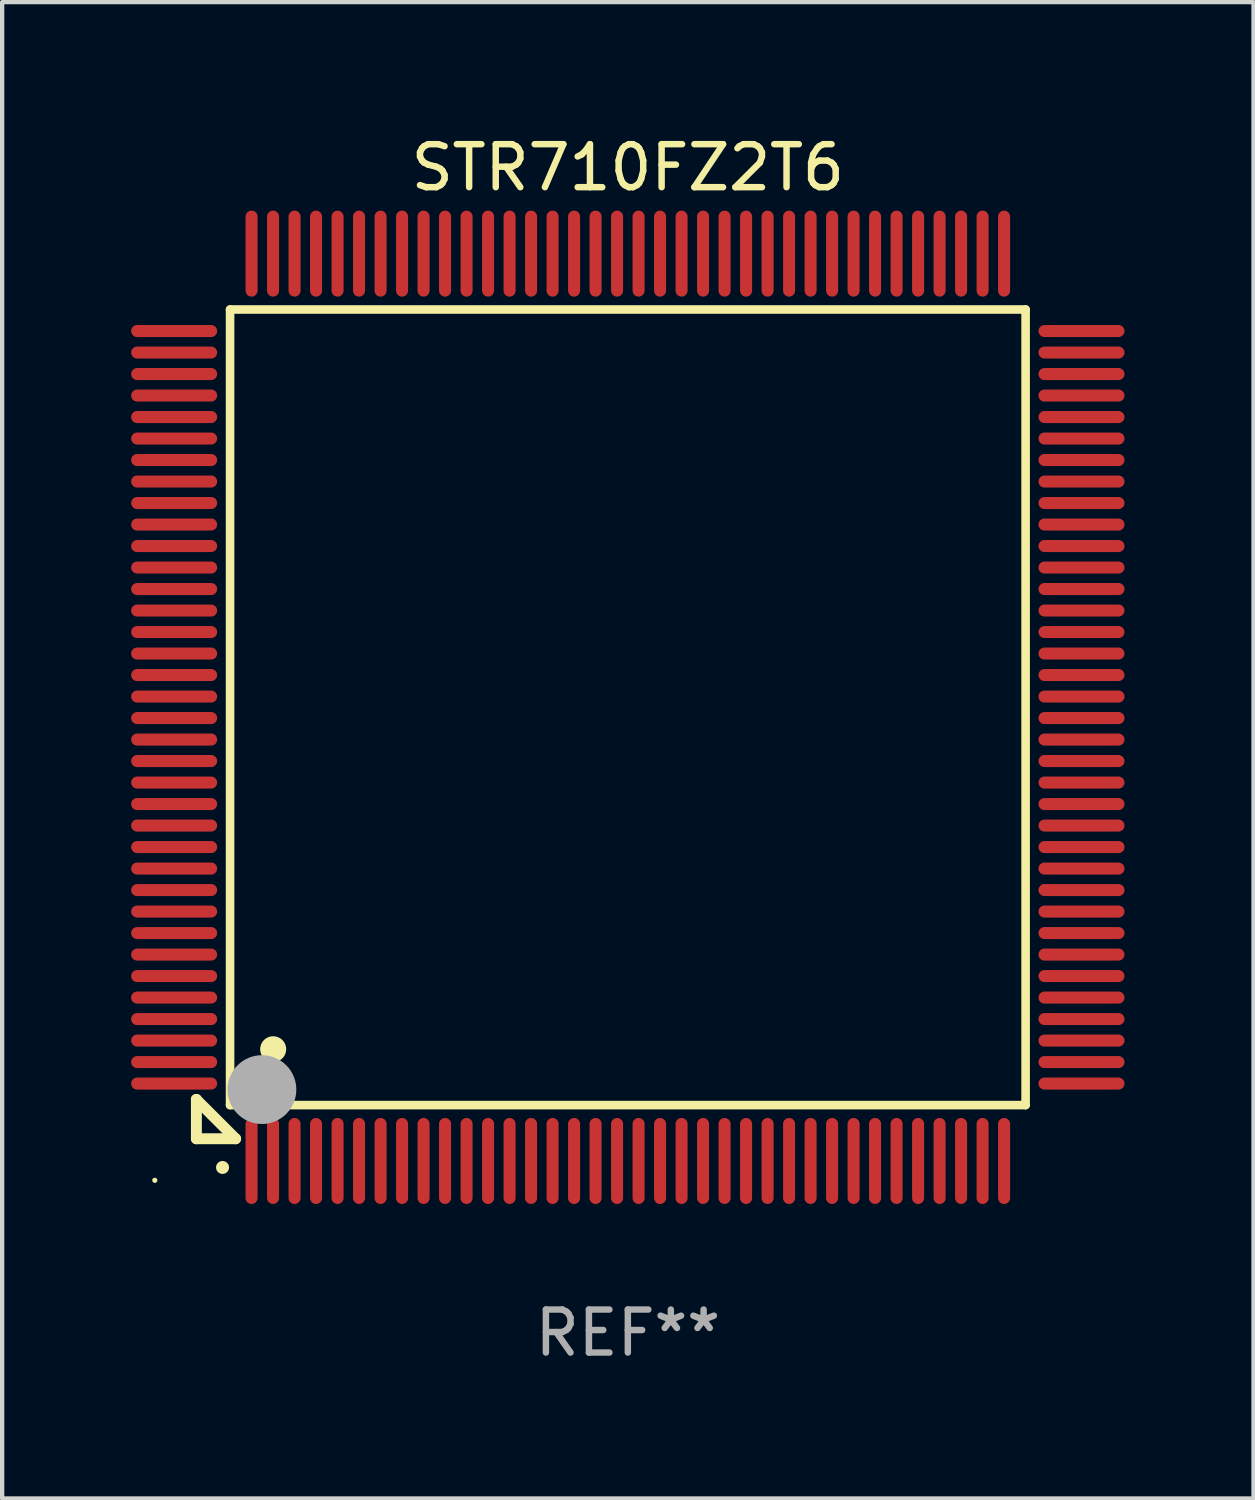
<source format=kicad_pcb>
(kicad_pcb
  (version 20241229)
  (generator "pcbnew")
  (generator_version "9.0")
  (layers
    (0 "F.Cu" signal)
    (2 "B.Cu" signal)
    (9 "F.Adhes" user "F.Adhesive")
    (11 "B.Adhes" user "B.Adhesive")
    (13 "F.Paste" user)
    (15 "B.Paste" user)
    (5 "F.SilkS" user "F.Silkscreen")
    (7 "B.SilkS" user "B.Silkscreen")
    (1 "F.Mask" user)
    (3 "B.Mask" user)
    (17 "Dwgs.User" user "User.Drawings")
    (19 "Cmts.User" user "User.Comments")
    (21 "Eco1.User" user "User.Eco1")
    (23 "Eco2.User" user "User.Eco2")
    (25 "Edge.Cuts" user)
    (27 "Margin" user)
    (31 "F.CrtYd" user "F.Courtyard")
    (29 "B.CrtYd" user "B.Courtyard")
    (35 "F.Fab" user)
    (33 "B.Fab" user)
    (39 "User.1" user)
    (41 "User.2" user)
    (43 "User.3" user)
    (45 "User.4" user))
  (footprint "STR710FZ2T6"
    (layer "F.Cu")
    (at 11.55 13.398)
    (property "Reference" "STR710FZ2T6" (at 0 -12.55 0) (layer "F.SilkS") (effects (font (size 1 1) (thickness 0.15))))
    (attr through_hole)
    (fp_line (start -10.033 9.121) (end -10.033 9.121) (stroke (width 0.254) (type solid)) (layer "F.SilkS"))
    (fp_line (start -10.033 9.121) (end -10.033 10.033) (stroke (width 0.254) (type solid)) (layer "F.SilkS"))
    (fp_line (start -10.033 9.121) (end -9.121 10.033) (stroke (width 0.254) (type solid)) (layer "F.SilkS"))
    (fp_line (start -10.033 10.033) (end -9.121 10.033) (stroke (width 0.254) (type solid)) (layer "F.SilkS"))
    (fp_line (start -9.25 -9.25) (end 9.25 -9.25) (stroke (width 0.2) (type solid)) (layer "F.SilkS"))
    (fp_line (start -9.25 9.25) (end -9.25 -9.25) (stroke (width 0.2) (type solid)) (layer "F.SilkS"))
    (fp_line (start 9.25 -9.25) (end 9.25 9.25) (stroke (width 0.2) (type solid)) (layer "F.SilkS"))
    (fp_line (start 9.25 9.25) (end -9.25 9.25) (stroke (width 0.2) (type solid)) (layer "F.SilkS"))
    (fp_arc (start -9.425959 10.701041) (mid -9.424689 10.701036) (end -9.423419 10.701041) (stroke (width 0.3) (type solid)) (layer "F.SilkS"))
    (fp_arc (start -8.249936 7.950216) (mid -8.247396 7.950205) (end -8.244856 7.950216) (stroke (width 0.6) (type solid)) (layer "F.SilkS"))
    (fp_circle (center -11 11) (end -10.97 11) (stroke (width 0.06) (type solid)) (fill no) (layer "F.SilkS"))
    (fp_circle (center -8.509 8.89) (end -8.109 8.89) (stroke (width 0.8) (type solid)) (fill no) (layer "F.Fab"))
    (fp_text user "REF**" (at 0 14.55 0) (layer "F.Fab") (effects (font (size 1 1) (thickness 0.15))))
    (pad "1" smd oval (at -8.75 10.55 180) (size 0.28 2) (layers "F.Cu" "F.Mask" "F.Paste"))
    (pad "2" smd oval (at -8.25 10.55 180) (size 0.28 2) (layers "F.Cu" "F.Mask" "F.Paste"))
    (pad "3" smd oval (at -7.75 10.55 180) (size 0.28 2) (layers "F.Cu" "F.Mask" "F.Paste"))
    (pad "4" smd oval (at -7.25 10.55 180) (size 0.28 2) (layers "F.Cu" "F.Mask" "F.Paste"))
    (pad "5" smd oval (at -6.75 10.55 180) (size 0.28 2) (layers "F.Cu" "F.Mask" "F.Paste"))
    (pad "6" smd oval (at -6.25 10.55 180) (size 0.28 2) (layers "F.Cu" "F.Mask" "F.Paste"))
    (pad "7" smd oval (at -5.75 10.55 180) (size 0.28 2) (layers "F.Cu" "F.Mask" "F.Paste"))
    (pad "8" smd oval (at -5.25 10.55 180) (size 0.28 2) (layers "F.Cu" "F.Mask" "F.Paste"))
    (pad "9" smd oval (at -4.75 10.55 180) (size 0.28 2) (layers "F.Cu" "F.Mask" "F.Paste"))
    (pad "10" smd oval (at -4.25 10.55 180) (size 0.28 2) (layers "F.Cu" "F.Mask" "F.Paste"))
    (pad "11" smd oval (at -3.75 10.55 180) (size 0.28 2) (layers "F.Cu" "F.Mask" "F.Paste"))
    (pad "12" smd oval (at -3.25 10.55 180) (size 0.28 2) (layers "F.Cu" "F.Mask" "F.Paste"))
    (pad "13" smd oval (at -2.75 10.55 180) (size 0.28 2) (layers "F.Cu" "F.Mask" "F.Paste"))
    (pad "14" smd oval (at -2.25 10.55 180) (size 0.28 2) (layers "F.Cu" "F.Mask" "F.Paste"))
    (pad "15" smd oval (at -1.75 10.55 180) (size 0.28 2) (layers "F.Cu" "F.Mask" "F.Paste"))
    (pad "16" smd oval (at -1.25 10.55 180) (size 0.28 2) (layers "F.Cu" "F.Mask" "F.Paste"))
    (pad "17" smd oval (at -0.75 10.55 180) (size 0.28 2) (layers "F.Cu" "F.Mask" "F.Paste"))
    (pad "18" smd oval (at -0.25 10.55 180) (size 0.28 2) (layers "F.Cu" "F.Mask" "F.Paste"))
    (pad "19" smd oval (at 0.25 10.55 180) (size 0.28 2) (layers "F.Cu" "F.Mask" "F.Paste"))
    (pad "20" smd oval (at 0.75 10.55 180) (size 0.28 2) (layers "F.Cu" "F.Mask" "F.Paste"))
    (pad "21" smd oval (at 1.25 10.55 180) (size 0.28 2) (layers "F.Cu" "F.Mask" "F.Paste"))
    (pad "22" smd oval (at 1.75 10.55 180) (size 0.28 2) (layers "F.Cu" "F.Mask" "F.Paste"))
    (pad "23" smd oval (at 2.25 10.55 180) (size 0.28 2) (layers "F.Cu" "F.Mask" "F.Paste"))
    (pad "24" smd oval (at 2.75 10.55 180) (size 0.28 2) (layers "F.Cu" "F.Mask" "F.Paste"))
    (pad "25" smd oval (at 3.25 10.55 180) (size 0.28 2) (layers "F.Cu" "F.Mask" "F.Paste"))
    (pad "26" smd oval (at 3.75 10.55 180) (size 0.28 2) (layers "F.Cu" "F.Mask" "F.Paste"))
    (pad "27" smd oval (at 4.25 10.55 180) (size 0.28 2) (layers "F.Cu" "F.Mask" "F.Paste"))
    (pad "28" smd oval (at 4.75 10.55 180) (size 0.28 2) (layers "F.Cu" "F.Mask" "F.Paste"))
    (pad "29" smd oval (at 5.25 10.55 180) (size 0.28 2) (layers "F.Cu" "F.Mask" "F.Paste"))
    (pad "30" smd oval (at 5.75 10.55 180) (size 0.28 2) (layers "F.Cu" "F.Mask" "F.Paste"))
    (pad "31" smd oval (at 6.25 10.55 180) (size 0.28 2) (layers "F.Cu" "F.Mask" "F.Paste"))
    (pad "32" smd oval (at 6.75 10.55 180) (size 0.28 2) (layers "F.Cu" "F.Mask" "F.Paste"))
    (pad "33" smd oval (at 7.25 10.55 180) (size 0.28 2) (layers "F.Cu" "F.Mask" "F.Paste"))
    (pad "34" smd oval (at 7.75 10.55 180) (size 0.28 2) (layers "F.Cu" "F.Mask" "F.Paste"))
    (pad "35" smd oval (at 8.25 10.55 180) (size 0.28 2) (layers "F.Cu" "F.Mask" "F.Paste"))
    (pad "36" smd oval (at 8.75 10.55 180) (size 0.28 2) (layers "F.Cu" "F.Mask" "F.Paste"))
    (pad "37" smd oval (at 10.55 8.75 90) (size 0.28 2) (layers "F.Cu" "F.Mask" "F.Paste"))
    (pad "38" smd oval (at 10.55 8.25 90) (size 0.28 2) (layers "F.Cu" "F.Mask" "F.Paste"))
    (pad "39" smd oval (at 10.55 7.75 90) (size 0.28 2) (layers "F.Cu" "F.Mask" "F.Paste"))
    (pad "40" smd oval (at 10.55 7.25 90) (size 0.28 2) (layers "F.Cu" "F.Mask" "F.Paste"))
    (pad "41" smd oval (at 10.55 6.75 90) (size 0.28 2) (layers "F.Cu" "F.Mask" "F.Paste"))
    (pad "42" smd oval (at 10.55 6.25 90) (size 0.28 2) (layers "F.Cu" "F.Mask" "F.Paste"))
    (pad "43" smd oval (at 10.55 5.75 90) (size 0.28 2) (layers "F.Cu" "F.Mask" "F.Paste"))
    (pad "44" smd oval (at 10.55 5.25 90) (size 0.28 2) (layers "F.Cu" "F.Mask" "F.Paste"))
    (pad "45" smd oval (at 10.55 4.75 90) (size 0.28 2) (layers "F.Cu" "F.Mask" "F.Paste"))
    (pad "46" smd oval (at 10.55 4.25 90) (size 0.28 2) (layers "F.Cu" "F.Mask" "F.Paste"))
    (pad "47" smd oval (at 10.55 3.75 90) (size 0.28 2) (layers "F.Cu" "F.Mask" "F.Paste"))
    (pad "48" smd oval (at 10.55 3.25 90) (size 0.28 2) (layers "F.Cu" "F.Mask" "F.Paste"))
    (pad "49" smd oval (at 10.55 2.75 90) (size 0.28 2) (layers "F.Cu" "F.Mask" "F.Paste"))
    (pad "50" smd oval (at 10.55 2.25 90) (size 0.28 2) (layers "F.Cu" "F.Mask" "F.Paste"))
    (pad "51" smd oval (at 10.55 1.75 90) (size 0.28 2) (layers "F.Cu" "F.Mask" "F.Paste"))
    (pad "52" smd oval (at 10.55 1.25 90) (size 0.28 2) (layers "F.Cu" "F.Mask" "F.Paste"))
    (pad "53" smd oval (at 10.55 0.75 90) (size 0.28 2) (layers "F.Cu" "F.Mask" "F.Paste"))
    (pad "54" smd oval (at 10.55 0.25 90) (size 0.28 2) (layers "F.Cu" "F.Mask" "F.Paste"))
    (pad "55" smd oval (at 10.55 -0.25 90) (size 0.28 2) (layers "F.Cu" "F.Mask" "F.Paste"))
    (pad "56" smd oval (at 10.55 -0.75 90) (size 0.28 2) (layers "F.Cu" "F.Mask" "F.Paste"))
    (pad "57" smd oval (at 10.55 -1.25 90) (size 0.28 2) (layers "F.Cu" "F.Mask" "F.Paste"))
    (pad "58" smd oval (at 10.55 -1.75 90) (size 0.28 2) (layers "F.Cu" "F.Mask" "F.Paste"))
    (pad "59" smd oval (at 10.55 -2.25 90) (size 0.28 2) (layers "F.Cu" "F.Mask" "F.Paste"))
    (pad "60" smd oval (at 10.55 -2.75 90) (size 0.28 2) (layers "F.Cu" "F.Mask" "F.Paste"))
    (pad "61" smd oval (at 10.55 -3.25 90) (size 0.28 2) (layers "F.Cu" "F.Mask" "F.Paste"))
    (pad "62" smd oval (at 10.55 -3.75 90) (size 0.28 2) (layers "F.Cu" "F.Mask" "F.Paste"))
    (pad "63" smd oval (at 10.55 -4.25 90) (size 0.28 2) (layers "F.Cu" "F.Mask" "F.Paste"))
    (pad "64" smd oval (at 10.55 -4.75 90) (size 0.28 2) (layers "F.Cu" "F.Mask" "F.Paste"))
    (pad "65" smd oval (at 10.55 -5.25 90) (size 0.28 2) (layers "F.Cu" "F.Mask" "F.Paste"))
    (pad "66" smd oval (at 10.55 -5.75 90) (size 0.28 2) (layers "F.Cu" "F.Mask" "F.Paste"))
    (pad "67" smd oval (at 10.55 -6.25 90) (size 0.28 2) (layers "F.Cu" "F.Mask" "F.Paste"))
    (pad "68" smd oval (at 10.55 -6.75 90) (size 0.28 2) (layers "F.Cu" "F.Mask" "F.Paste"))
    (pad "69" smd oval (at 10.55 -7.25 90) (size 0.28 2) (layers "F.Cu" "F.Mask" "F.Paste"))
    (pad "70" smd oval (at 10.55 -7.75 90) (size 0.28 2) (layers "F.Cu" "F.Mask" "F.Paste"))
    (pad "71" smd oval (at 10.55 -8.25 90) (size 0.28 2) (layers "F.Cu" "F.Mask" "F.Paste"))
    (pad "72" smd oval (at 10.55 -8.75 90) (size 0.28 2) (layers "F.Cu" "F.Mask" "F.Paste"))
    (pad "73" smd oval (at 8.75 -10.55 180) (size 0.28 2) (layers "F.Cu" "F.Mask" "F.Paste"))
    (pad "74" smd oval (at 8.25 -10.55 180) (size 0.28 2) (layers "F.Cu" "F.Mask" "F.Paste"))
    (pad "75" smd oval (at 7.75 -10.55 180) (size 0.28 2) (layers "F.Cu" "F.Mask" "F.Paste"))
    (pad "76" smd oval (at 7.25 -10.55 180) (size 0.28 2) (layers "F.Cu" "F.Mask" "F.Paste"))
    (pad "77" smd oval (at 6.75 -10.55 180) (size 0.28 2) (layers "F.Cu" "F.Mask" "F.Paste"))
    (pad "78" smd oval (at 6.25 -10.55 180) (size 0.28 2) (layers "F.Cu" "F.Mask" "F.Paste"))
    (pad "79" smd oval (at 5.75 -10.55 180) (size 0.28 2) (layers "F.Cu" "F.Mask" "F.Paste"))
    (pad "80" smd oval (at 5.25 -10.55 180) (size 0.28 2) (layers "F.Cu" "F.Mask" "F.Paste"))
    (pad "81" smd oval (at 4.75 -10.55 180) (size 0.28 2) (layers "F.Cu" "F.Mask" "F.Paste"))
    (pad "82" smd oval (at 4.25 -10.55 180) (size 0.28 2) (layers "F.Cu" "F.Mask" "F.Paste"))
    (pad "83" smd oval (at 3.75 -10.55 180) (size 0.28 2) (layers "F.Cu" "F.Mask" "F.Paste"))
    (pad "84" smd oval (at 3.25 -10.55 180) (size 0.28 2) (layers "F.Cu" "F.Mask" "F.Paste"))
    (pad "85" smd oval (at 2.75 -10.55 180) (size 0.28 2) (layers "F.Cu" "F.Mask" "F.Paste"))
    (pad "86" smd oval (at 2.25 -10.55 180) (size 0.28 2) (layers "F.Cu" "F.Mask" "F.Paste"))
    (pad "87" smd oval (at 1.75 -10.55 180) (size 0.28 2) (layers "F.Cu" "F.Mask" "F.Paste"))
    (pad "88" smd oval (at 1.25 -10.55 180) (size 0.28 2) (layers "F.Cu" "F.Mask" "F.Paste"))
    (pad "89" smd oval (at 0.75 -10.55 180) (size 0.28 2) (layers "F.Cu" "F.Mask" "F.Paste"))
    (pad "90" smd oval (at 0.25 -10.55 180) (size 0.28 2) (layers "F.Cu" "F.Mask" "F.Paste"))
    (pad "91" smd oval (at -0.25 -10.55 180) (size 0.28 2) (layers "F.Cu" "F.Mask" "F.Paste"))
    (pad "92" smd oval (at -0.75 -10.55 180) (size 0.28 2) (layers "F.Cu" "F.Mask" "F.Paste"))
    (pad "93" smd oval (at -1.25 -10.55 180) (size 0.28 2) (layers "F.Cu" "F.Mask" "F.Paste"))
    (pad "94" smd oval (at -1.75 -10.55 180) (size 0.28 2) (layers "F.Cu" "F.Mask" "F.Paste"))
    (pad "95" smd oval (at -2.25 -10.55 180) (size 0.28 2) (layers "F.Cu" "F.Mask" "F.Paste"))
    (pad "96" smd oval (at -2.75 -10.55 180) (size 0.28 2) (layers "F.Cu" "F.Mask" "F.Paste"))
    (pad "97" smd oval (at -3.25 -10.55 180) (size 0.28 2) (layers "F.Cu" "F.Mask" "F.Paste"))
    (pad "98" smd oval (at -3.75 -10.55 180) (size 0.28 2) (layers "F.Cu" "F.Mask" "F.Paste"))
    (pad "99" smd oval (at -4.25 -10.55 180) (size 0.28 2) (layers "F.Cu" "F.Mask" "F.Paste"))
    (pad "100" smd oval (at -4.75 -10.55 180) (size 0.28 2) (layers "F.Cu" "F.Mask" "F.Paste"))
    (pad "101" smd oval (at -5.25 -10.55 180) (size 0.28 2) (layers "F.Cu" "F.Mask" "F.Paste"))
    (pad "102" smd oval (at -5.75 -10.55 180) (size 0.28 2) (layers "F.Cu" "F.Mask" "F.Paste"))
    (pad "103" smd oval (at -6.25 -10.55 180) (size 0.28 2) (layers "F.Cu" "F.Mask" "F.Paste"))
    (pad "104" smd oval (at -6.75 -10.55 180) (size 0.28 2) (layers "F.Cu" "F.Mask" "F.Paste"))
    (pad "105" smd oval (at -7.25 -10.55 180) (size 0.28 2) (layers "F.Cu" "F.Mask" "F.Paste"))
    (pad "106" smd oval (at -7.75 -10.55 180) (size 0.28 2) (layers "F.Cu" "F.Mask" "F.Paste"))
    (pad "107" smd oval (at -8.25 -10.55 180) (size 0.28 2) (layers "F.Cu" "F.Mask" "F.Paste"))
    (pad "108" smd oval (at -8.75 -10.55 180) (size 0.28 2) (layers "F.Cu" "F.Mask" "F.Paste"))
    (pad "109" smd oval (at -10.55 -8.75 90) (size 0.28 2) (layers "F.Cu" "F.Mask" "F.Paste"))
    (pad "110" smd oval (at -10.55 -8.25 90) (size 0.28 2) (layers "F.Cu" "F.Mask" "F.Paste"))
    (pad "111" smd oval (at -10.55 -7.75 90) (size 0.28 2) (layers "F.Cu" "F.Mask" "F.Paste"))
    (pad "112" smd oval (at -10.55 -7.25 90) (size 0.28 2) (layers "F.Cu" "F.Mask" "F.Paste"))
    (pad "113" smd oval (at -10.55 -6.75 90) (size 0.28 2) (layers "F.Cu" "F.Mask" "F.Paste"))
    (pad "114" smd oval (at -10.55 -6.25 90) (size 0.28 2) (layers "F.Cu" "F.Mask" "F.Paste"))
    (pad "115" smd oval (at -10.55 -5.75 90) (size 0.28 2) (layers "F.Cu" "F.Mask" "F.Paste"))
    (pad "116" smd oval (at -10.55 -5.25 90) (size 0.28 2) (layers "F.Cu" "F.Mask" "F.Paste"))
    (pad "117" smd oval (at -10.55 -4.75 90) (size 0.28 2) (layers "F.Cu" "F.Mask" "F.Paste"))
    (pad "118" smd oval (at -10.55 -4.25 90) (size 0.28 2) (layers "F.Cu" "F.Mask" "F.Paste"))
    (pad "119" smd oval (at -10.55 -3.75 90) (size 0.28 2) (layers "F.Cu" "F.Mask" "F.Paste"))
    (pad "120" smd oval (at -10.55 -3.25 90) (size 0.28 2) (layers "F.Cu" "F.Mask" "F.Paste"))
    (pad "121" smd oval (at -10.55 -2.75 90) (size 0.28 2) (layers "F.Cu" "F.Mask" "F.Paste"))
    (pad "122" smd oval (at -10.55 -2.25 90) (size 0.28 2) (layers "F.Cu" "F.Mask" "F.Paste"))
    (pad "123" smd oval (at -10.55 -1.75 90) (size 0.28 2) (layers "F.Cu" "F.Mask" "F.Paste"))
    (pad "124" smd oval (at -10.55 -1.25 90) (size 0.28 2) (layers "F.Cu" "F.Mask" "F.Paste"))
    (pad "125" smd oval (at -10.55 -0.75 90) (size 0.28 2) (layers "F.Cu" "F.Mask" "F.Paste"))
    (pad "126" smd oval (at -10.55 -0.25 90) (size 0.28 2) (layers "F.Cu" "F.Mask" "F.Paste"))
    (pad "127" smd oval (at -10.55 0.25 90) (size 0.28 2) (layers "F.Cu" "F.Mask" "F.Paste"))
    (pad "128" smd oval (at -10.55 0.75 90) (size 0.28 2) (layers "F.Cu" "F.Mask" "F.Paste"))
    (pad "129" smd oval (at -10.55 1.25 90) (size 0.28 2) (layers "F.Cu" "F.Mask" "F.Paste"))
    (pad "130" smd oval (at -10.55 1.75 90) (size 0.28 2) (layers "F.Cu" "F.Mask" "F.Paste"))
    (pad "131" smd oval (at -10.55 2.25 90) (size 0.28 2) (layers "F.Cu" "F.Mask" "F.Paste"))
    (pad "132" smd oval (at -10.55 2.75 90) (size 0.28 2) (layers "F.Cu" "F.Mask" "F.Paste"))
    (pad "133" smd oval (at -10.55 3.25 90) (size 0.28 2) (layers "F.Cu" "F.Mask" "F.Paste"))
    (pad "134" smd oval (at -10.55 3.75 90) (size 0.28 2) (layers "F.Cu" "F.Mask" "F.Paste"))
    (pad "135" smd oval (at -10.55 4.25 90) (size 0.28 2) (layers "F.Cu" "F.Mask" "F.Paste"))
    (pad "136" smd oval (at -10.55 4.75 90) (size 0.28 2) (layers "F.Cu" "F.Mask" "F.Paste"))
    (pad "137" smd oval (at -10.55 5.25 90) (size 0.28 2) (layers "F.Cu" "F.Mask" "F.Paste"))
    (pad "138" smd oval (at -10.55 5.75 90) (size 0.28 2) (layers "F.Cu" "F.Mask" "F.Paste"))
    (pad "139" smd oval (at -10.55 6.25 90) (size 0.28 2) (layers "F.Cu" "F.Mask" "F.Paste"))
    (pad "140" smd oval (at -10.55 6.75 90) (size 0.28 2) (layers "F.Cu" "F.Mask" "F.Paste"))
    (pad "141" smd oval (at -10.55 7.25 90) (size 0.28 2) (layers "F.Cu" "F.Mask" "F.Paste"))
    (pad "142" smd oval (at -10.55 7.75 90) (size 0.28 2) (layers "F.Cu" "F.Mask" "F.Paste"))
    (pad "143" smd oval (at -10.55 8.25 90) (size 0.28 2) (layers "F.Cu" "F.Mask" "F.Paste"))
    (pad "144" smd oval (at -10.55 8.75 90) (size 0.28 2) (layers "F.Cu" "F.Mask" "F.Paste")))
  (gr_rect
    (start -3 -3)
    (end 26.1 31.796)
    (stroke (width 0.1) (type default))
    (fill no)
    (layer "Edge.Cuts")))
</source>
